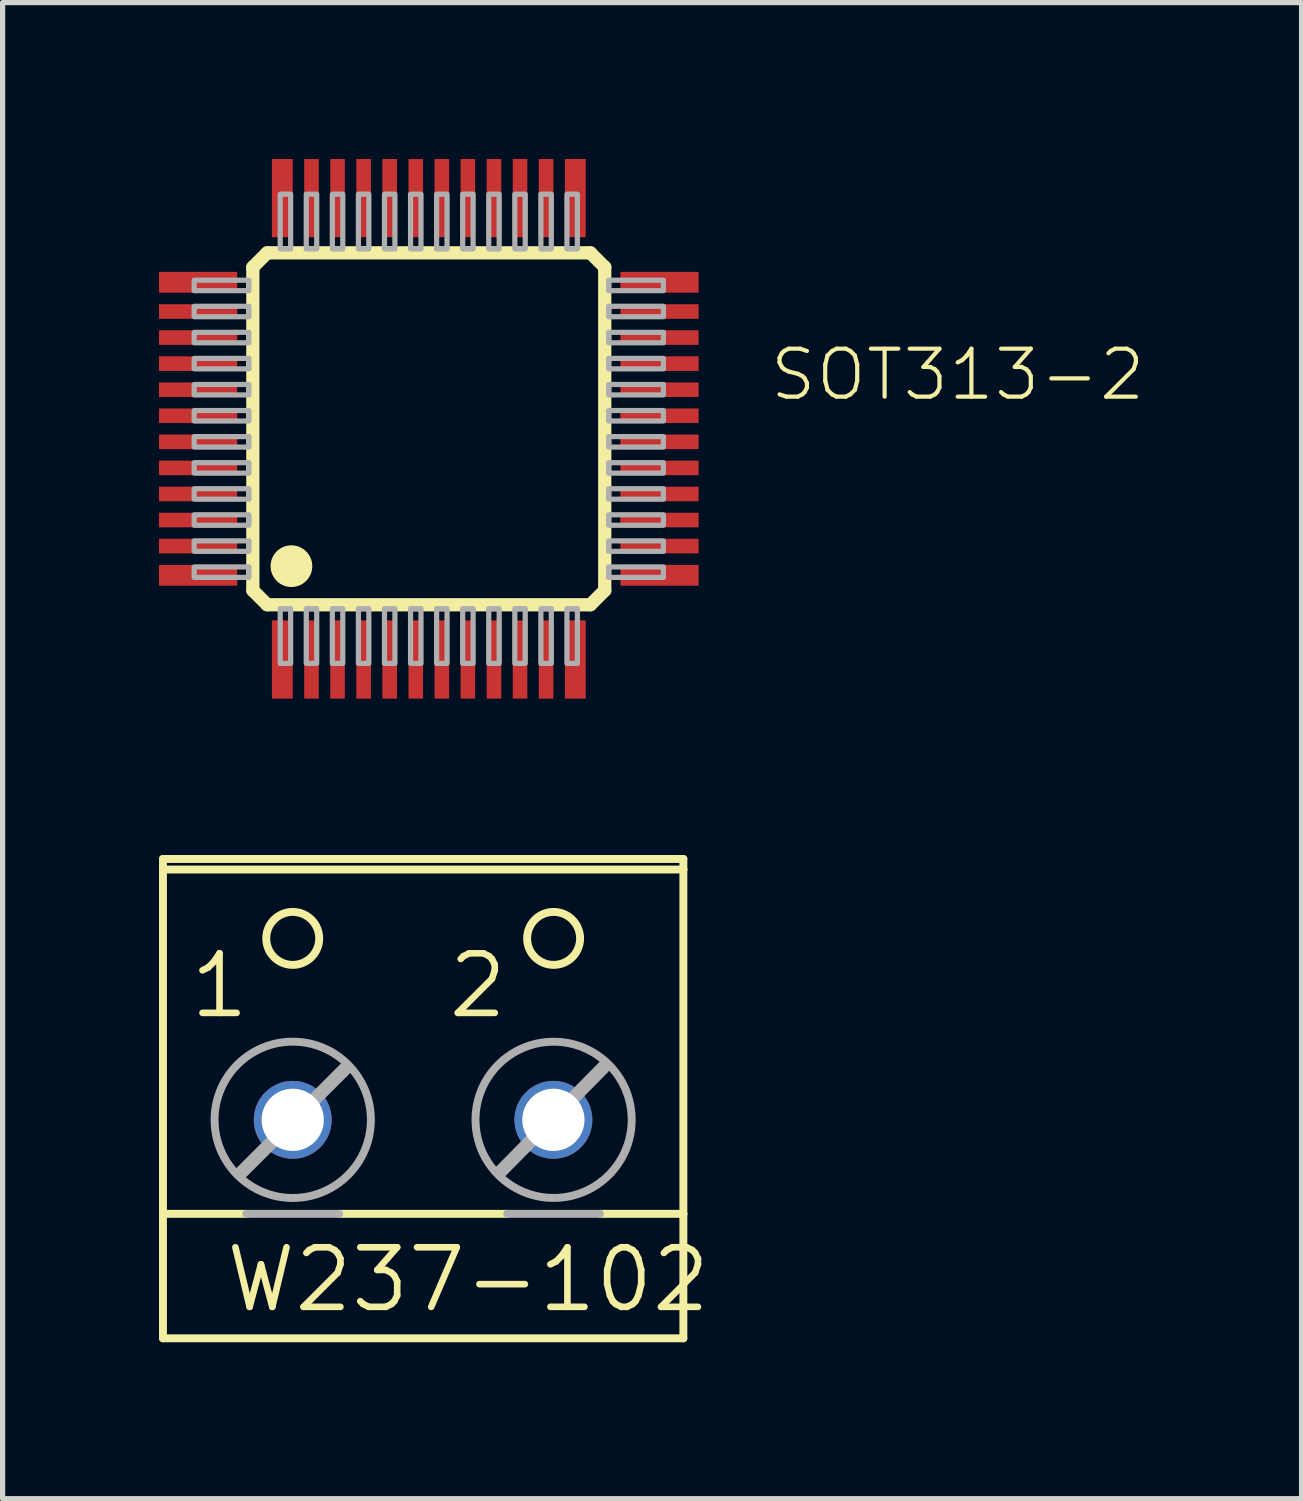
<source format=kicad_pcb>
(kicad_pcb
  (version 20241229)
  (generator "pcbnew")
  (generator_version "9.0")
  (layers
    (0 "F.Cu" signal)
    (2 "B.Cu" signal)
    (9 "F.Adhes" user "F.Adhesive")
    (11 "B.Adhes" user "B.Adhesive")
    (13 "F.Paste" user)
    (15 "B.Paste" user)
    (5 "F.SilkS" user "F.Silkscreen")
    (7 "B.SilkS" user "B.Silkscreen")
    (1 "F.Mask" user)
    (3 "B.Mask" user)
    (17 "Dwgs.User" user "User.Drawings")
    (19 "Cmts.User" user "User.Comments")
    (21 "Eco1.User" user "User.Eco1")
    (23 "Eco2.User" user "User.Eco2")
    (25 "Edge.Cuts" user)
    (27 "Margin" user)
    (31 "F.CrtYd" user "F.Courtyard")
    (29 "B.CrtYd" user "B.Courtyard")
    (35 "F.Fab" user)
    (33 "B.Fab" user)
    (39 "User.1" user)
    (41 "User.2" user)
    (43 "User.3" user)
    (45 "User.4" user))
  (footprint "SOT313-2"
    (layer "F.Cu")
    (at 5.175 5.175)
    (property "Reference" "SOT313-2" (at 6.5 -0.5 0) (layer "F.SilkS") (effects (font (size 0.92 0.92) (thickness 0.08)) (justify left bottom)))
    (fp_line (start -3.375 -3.1) (end -3.1 -3.375) (stroke (width 0.254) (type solid)) (layer "F.SilkS"))
    (fp_line (start -3.375 3.1) (end -3.375 -3.1) (stroke (width 0.254) (type solid)) (layer "F.SilkS"))
    (fp_line (start -3.1 -3.375) (end 3.1 -3.375) (stroke (width 0.254) (type solid)) (layer "F.SilkS"))
    (fp_line (start -3.1 3.375) (end -3.375 3.1) (stroke (width 0.254) (type solid)) (layer "F.SilkS"))
    (fp_line (start 3.1 -3.375) (end 3.375 -3.1) (stroke (width 0.254) (type solid)) (layer "F.SilkS"))
    (fp_line (start 3.1 3.375) (end -3.1 3.375) (stroke (width 0.254) (type solid)) (layer "F.SilkS"))
    (fp_line (start 3.375 -3.1) (end 3.375 3.1) (stroke (width 0.254) (type solid)) (layer "F.SilkS"))
    (fp_line (start 3.375 3.1) (end 3.1 3.375) (stroke (width 0.254) (type solid)) (layer "F.SilkS"))
    (fp_circle (center -2.635 2.635) (end -2.435 2.635) (stroke (width 0.4) (type solid)) (fill yes) (layer "F.SilkS"))
    (fp_poly (pts (xy -4.5 -2.65) (xy -3.45 -2.65) (xy -3.45 -2.85) (xy -4.5 -2.85)) (stroke (width 0.1) (type default)) (fill no) (layer "F.Fab"))
    (fp_poly (pts (xy -4.5 -2.15) (xy -3.45 -2.15) (xy -3.45 -2.35) (xy -4.5 -2.35)) (stroke (width 0.1) (type default)) (fill no) (layer "F.Fab"))
    (fp_poly (pts (xy -4.5 -1.65) (xy -3.45 -1.65) (xy -3.45 -1.85) (xy -4.5 -1.85)) (stroke (width 0.1) (type default)) (fill no) (layer "F.Fab"))
    (fp_poly (pts (xy -4.5 -1.15) (xy -3.45 -1.15) (xy -3.45 -1.35) (xy -4.5 -1.35)) (stroke (width 0.1) (type default)) (fill no) (layer "F.Fab"))
    (fp_poly (pts (xy -4.5 -0.65) (xy -3.45 -0.65) (xy -3.45 -0.85) (xy -4.5 -0.85)) (stroke (width 0.1) (type default)) (fill no) (layer "F.Fab"))
    (fp_poly (pts (xy -4.5 -0.15) (xy -3.45 -0.15) (xy -3.45 -0.35) (xy -4.5 -0.35)) (stroke (width 0.1) (type default)) (fill no) (layer "F.Fab"))
    (fp_poly (pts (xy -4.5 0.35) (xy -3.45 0.35) (xy -3.45 0.15) (xy -4.5 0.15)) (stroke (width 0.1) (type default)) (fill no) (layer "F.Fab"))
    (fp_poly (pts (xy -4.5 0.85) (xy -3.45 0.85) (xy -3.45 0.65) (xy -4.5 0.65)) (stroke (width 0.1) (type default)) (fill no) (layer "F.Fab"))
    (fp_poly (pts (xy -4.5 1.35) (xy -3.45 1.35) (xy -3.45 1.15) (xy -4.5 1.15)) (stroke (width 0.1) (type default)) (fill no) (layer "F.Fab"))
    (fp_poly (pts (xy -4.5 1.85) (xy -3.45 1.85) (xy -3.45 1.65) (xy -4.5 1.65)) (stroke (width 0.1) (type default)) (fill no) (layer "F.Fab"))
    (fp_poly (pts (xy -4.5 2.35) (xy -3.45 2.35) (xy -3.45 2.15) (xy -4.5 2.15)) (stroke (width 0.1) (type default)) (fill no) (layer "F.Fab"))
    (fp_poly (pts (xy -4.5 2.85) (xy -3.45 2.85) (xy -3.45 2.65) (xy -4.5 2.65)) (stroke (width 0.1) (type default)) (fill no) (layer "F.Fab"))
    (fp_poly (pts (xy -2.85 -3.45) (xy -2.65 -3.45) (xy -2.65 -4.5) (xy -2.85 -4.5)) (stroke (width 0.1) (type default)) (fill no) (layer "F.Fab"))
    (fp_poly (pts (xy -2.85 4.5) (xy -2.65 4.5) (xy -2.65 3.45) (xy -2.85 3.45)) (stroke (width 0.1) (type default)) (fill no) (layer "F.Fab"))
    (fp_poly (pts (xy -2.35 -3.45) (xy -2.15 -3.45) (xy -2.15 -4.5) (xy -2.35 -4.5)) (stroke (width 0.1) (type default)) (fill no) (layer "F.Fab"))
    (fp_poly (pts (xy -2.35 4.5) (xy -2.15 4.5) (xy -2.15 3.45) (xy -2.35 3.45)) (stroke (width 0.1) (type default)) (fill no) (layer "F.Fab"))
    (fp_poly (pts (xy -1.85 -3.45) (xy -1.65 -3.45) (xy -1.65 -4.5) (xy -1.85 -4.5)) (stroke (width 0.1) (type default)) (fill no) (layer "F.Fab"))
    (fp_poly (pts (xy -1.85 4.5) (xy -1.65 4.5) (xy -1.65 3.45) (xy -1.85 3.45)) (stroke (width 0.1) (type default)) (fill no) (layer "F.Fab"))
    (fp_poly (pts (xy -1.35 -3.45) (xy -1.15 -3.45) (xy -1.15 -4.5) (xy -1.35 -4.5)) (stroke (width 0.1) (type default)) (fill no) (layer "F.Fab"))
    (fp_poly (pts (xy -1.35 4.5) (xy -1.15 4.5) (xy -1.15 3.45) (xy -1.35 3.45)) (stroke (width 0.1) (type default)) (fill no) (layer "F.Fab"))
    (fp_poly (pts (xy -0.85 -3.45) (xy -0.65 -3.45) (xy -0.65 -4.5) (xy -0.85 -4.5)) (stroke (width 0.1) (type default)) (fill no) (layer "F.Fab"))
    (fp_poly (pts (xy -0.85 4.5) (xy -0.65 4.5) (xy -0.65 3.45) (xy -0.85 3.45)) (stroke (width 0.1) (type default)) (fill no) (layer "F.Fab"))
    (fp_poly (pts (xy -0.35 -3.45) (xy -0.15 -3.45) (xy -0.15 -4.5) (xy -0.35 -4.5)) (stroke (width 0.1) (type default)) (fill no) (layer "F.Fab"))
    (fp_poly (pts (xy -0.35 4.5) (xy -0.15 4.5) (xy -0.15 3.45) (xy -0.35 3.45)) (stroke (width 0.1) (type default)) (fill no) (layer "F.Fab"))
    (fp_poly (pts (xy 0.15 -3.45) (xy 0.35 -3.45) (xy 0.35 -4.5) (xy 0.15 -4.5)) (stroke (width 0.1) (type default)) (fill no) (layer "F.Fab"))
    (fp_poly (pts (xy 0.15 4.5) (xy 0.35 4.5) (xy 0.35 3.45) (xy 0.15 3.45)) (stroke (width 0.1) (type default)) (fill no) (layer "F.Fab"))
    (fp_poly (pts (xy 0.65 -3.45) (xy 0.85 -3.45) (xy 0.85 -4.5) (xy 0.65 -4.5)) (stroke (width 0.1) (type default)) (fill no) (layer "F.Fab"))
    (fp_poly (pts (xy 0.65 4.5) (xy 0.85 4.5) (xy 0.85 3.45) (xy 0.65 3.45)) (stroke (width 0.1) (type default)) (fill no) (layer "F.Fab"))
    (fp_poly (pts (xy 1.15 -3.45) (xy 1.35 -3.45) (xy 1.35 -4.5) (xy 1.15 -4.5)) (stroke (width 0.1) (type default)) (fill no) (layer "F.Fab"))
    (fp_poly (pts (xy 1.15 4.5) (xy 1.35 4.5) (xy 1.35 3.45) (xy 1.15 3.45)) (stroke (width 0.1) (type default)) (fill no) (layer "F.Fab"))
    (fp_poly (pts (xy 1.65 -3.45) (xy 1.85 -3.45) (xy 1.85 -4.5) (xy 1.65 -4.5)) (stroke (width 0.1) (type default)) (fill no) (layer "F.Fab"))
    (fp_poly (pts (xy 1.65 4.5) (xy 1.85 4.5) (xy 1.85 3.45) (xy 1.65 3.45)) (stroke (width 0.1) (type default)) (fill no) (layer "F.Fab"))
    (fp_poly (pts (xy 2.15 -3.45) (xy 2.35 -3.45) (xy 2.35 -4.5) (xy 2.15 -4.5)) (stroke (width 0.1) (type default)) (fill no) (layer "F.Fab"))
    (fp_poly (pts (xy 2.15 4.5) (xy 2.35 4.5) (xy 2.35 3.45) (xy 2.15 3.45)) (stroke (width 0.1) (type default)) (fill no) (layer "F.Fab"))
    (fp_poly (pts (xy 2.65 -3.45) (xy 2.85 -3.45) (xy 2.85 -4.5) (xy 2.65 -4.5)) (stroke (width 0.1) (type default)) (fill no) (layer "F.Fab"))
    (fp_poly (pts (xy 2.65 4.5) (xy 2.85 4.5) (xy 2.85 3.45) (xy 2.65 3.45)) (stroke (width 0.1) (type default)) (fill no) (layer "F.Fab"))
    (fp_poly (pts (xy 3.45 -2.65) (xy 4.5 -2.65) (xy 4.5 -2.85) (xy 3.45 -2.85)) (stroke (width 0.1) (type default)) (fill no) (layer "F.Fab"))
    (fp_poly (pts (xy 3.45 -2.15) (xy 4.5 -2.15) (xy 4.5 -2.35) (xy 3.45 -2.35)) (stroke (width 0.1) (type default)) (fill no) (layer "F.Fab"))
    (fp_poly (pts (xy 3.45 -1.65) (xy 4.5 -1.65) (xy 4.5 -1.85) (xy 3.45 -1.85)) (stroke (width 0.1) (type default)) (fill no) (layer "F.Fab"))
    (fp_poly (pts (xy 3.45 -1.15) (xy 4.5 -1.15) (xy 4.5 -1.35) (xy 3.45 -1.35)) (stroke (width 0.1) (type default)) (fill no) (layer "F.Fab"))
    (fp_poly (pts (xy 3.45 -0.65) (xy 4.5 -0.65) (xy 4.5 -0.85) (xy 3.45 -0.85)) (stroke (width 0.1) (type default)) (fill no) (layer "F.Fab"))
    (fp_poly (pts (xy 3.45 -0.15) (xy 4.5 -0.15) (xy 4.5 -0.35) (xy 3.45 -0.35)) (stroke (width 0.1) (type default)) (fill no) (layer "F.Fab"))
    (fp_poly (pts (xy 3.45 0.35) (xy 4.5 0.35) (xy 4.5 0.15) (xy 3.45 0.15)) (stroke (width 0.1) (type default)) (fill no) (layer "F.Fab"))
    (fp_poly (pts (xy 3.45 0.85) (xy 4.5 0.85) (xy 4.5 0.65) (xy 3.45 0.65)) (stroke (width 0.1) (type default)) (fill no) (layer "F.Fab"))
    (fp_poly (pts (xy 3.45 1.35) (xy 4.5 1.35) (xy 4.5 1.15) (xy 3.45 1.15)) (stroke (width 0.1) (type default)) (fill no) (layer "F.Fab"))
    (fp_poly (pts (xy 3.45 1.85) (xy 4.5 1.85) (xy 4.5 1.65) (xy 3.45 1.65)) (stroke (width 0.1) (type default)) (fill no) (layer "F.Fab"))
    (fp_poly (pts (xy 3.45 2.35) (xy 4.5 2.35) (xy 4.5 2.15) (xy 3.45 2.15)) (stroke (width 0.1) (type default)) (fill no) (layer "F.Fab"))
    (fp_poly (pts (xy 3.45 2.85) (xy 4.5 2.85) (xy 4.5 2.65) (xy 3.45 2.65)) (stroke (width 0.1) (type default)) (fill no) (layer "F.Fab"))
    (pad "1" smd rect (at -2.81 4.425) (size 0.4 1.5) (layers "F.Cu" "F.Mask" "F.Paste"))
    (pad "2" smd rect (at -2.25 4.425) (size 0.28 1.5) (layers "F.Cu" "F.Mask" "F.Paste"))
    (pad "3" smd rect (at -1.75 4.425) (size 0.28 1.5) (layers "F.Cu" "F.Mask" "F.Paste"))
    (pad "4" smd rect (at -1.25 4.425) (size 0.28 1.5) (layers "F.Cu" "F.Mask" "F.Paste"))
    (pad "5" smd rect (at -0.75 4.425) (size 0.28 1.5) (layers "F.Cu" "F.Mask" "F.Paste"))
    (pad "6" smd rect (at -0.25 4.425) (size 0.28 1.5) (layers "F.Cu" "F.Mask" "F.Paste"))
    (pad "7" smd rect (at 0.25 4.425) (size 0.28 1.5) (layers "F.Cu" "F.Mask" "F.Paste"))
    (pad "8" smd rect (at 0.75 4.425) (size 0.28 1.5) (layers "F.Cu" "F.Mask" "F.Paste"))
    (pad "9" smd rect (at 1.25 4.425) (size 0.28 1.5) (layers "F.Cu" "F.Mask" "F.Paste"))
    (pad "10" smd rect (at 1.75 4.425) (size 0.28 1.5) (layers "F.Cu" "F.Mask" "F.Paste"))
    (pad "11" smd rect (at 2.25 4.425) (size 0.28 1.5) (layers "F.Cu" "F.Mask" "F.Paste"))
    (pad "12" smd rect (at 2.81 4.425) (size 0.4 1.5) (layers "F.Cu" "F.Mask" "F.Paste"))
    (pad "13" smd rect (at 4.425 2.81) (size 1.5 0.4) (layers "F.Cu" "F.Mask" "F.Paste"))
    (pad "14" smd rect (at 4.425 2.25) (size 1.5 0.28) (layers "F.Cu" "F.Mask" "F.Paste"))
    (pad "15" smd rect (at 4.425 1.75) (size 1.5 0.28) (layers "F.Cu" "F.Mask" "F.Paste"))
    (pad "16" smd rect (at 4.425 1.25) (size 1.5 0.28) (layers "F.Cu" "F.Mask" "F.Paste"))
    (pad "17" smd rect (at 4.425 0.75) (size 1.5 0.28) (layers "F.Cu" "F.Mask" "F.Paste"))
    (pad "18" smd rect (at 4.425 0.25) (size 1.5 0.28) (layers "F.Cu" "F.Mask" "F.Paste"))
    (pad "19" smd rect (at 4.425 -0.25) (size 1.5 0.28) (layers "F.Cu" "F.Mask" "F.Paste"))
    (pad "20" smd rect (at 4.425 -0.75) (size 1.5 0.28) (layers "F.Cu" "F.Mask" "F.Paste"))
    (pad "21" smd rect (at 4.425 -1.25) (size 1.5 0.28) (layers "F.Cu" "F.Mask" "F.Paste"))
    (pad "22" smd rect (at 4.425 -1.75) (size 1.5 0.28) (layers "F.Cu" "F.Mask" "F.Paste"))
    (pad "23" smd rect (at 4.425 -2.25) (size 1.5 0.28) (layers "F.Cu" "F.Mask" "F.Paste"))
    (pad "24" smd rect (at 4.425 -2.81) (size 1.5 0.4) (layers "F.Cu" "F.Mask" "F.Paste"))
    (pad "25" smd rect (at 2.81 -4.425) (size 0.4 1.5) (layers "F.Cu" "F.Mask" "F.Paste"))
    (pad "26" smd rect (at 2.25 -4.425) (size 0.28 1.5) (layers "F.Cu" "F.Mask" "F.Paste"))
    (pad "27" smd rect (at 1.75 -4.425) (size 0.28 1.5) (layers "F.Cu" "F.Mask" "F.Paste"))
    (pad "28" smd rect (at 1.25 -4.425) (size 0.28 1.5) (layers "F.Cu" "F.Mask" "F.Paste"))
    (pad "29" smd rect (at 0.75 -4.425) (size 0.28 1.5) (layers "F.Cu" "F.Mask" "F.Paste"))
    (pad "30" smd rect (at 0.25 -4.425) (size 0.28 1.5) (layers "F.Cu" "F.Mask" "F.Paste"))
    (pad "31" smd rect (at -0.25 -4.425) (size 0.28 1.5) (layers "F.Cu" "F.Mask" "F.Paste"))
    (pad "32" smd rect (at -0.75 -4.425) (size 0.28 1.5) (layers "F.Cu" "F.Mask" "F.Paste"))
    (pad "33" smd rect (at -1.25 -4.425) (size 0.28 1.5) (layers "F.Cu" "F.Mask" "F.Paste"))
    (pad "34" smd rect (at -1.75 -4.425) (size 0.28 1.5) (layers "F.Cu" "F.Mask" "F.Paste"))
    (pad "35" smd rect (at -2.25 -4.425) (size 0.28 1.5) (layers "F.Cu" "F.Mask" "F.Paste"))
    (pad "36" smd rect (at -2.81 -4.425) (size 0.4 1.5) (layers "F.Cu" "F.Mask" "F.Paste"))
    (pad "37" smd rect (at -4.425 -2.81) (size 1.5 0.4) (layers "F.Cu" "F.Mask" "F.Paste"))
    (pad "38" smd rect (at -4.425 -2.25) (size 1.5 0.28) (layers "F.Cu" "F.Mask" "F.Paste"))
    (pad "39" smd rect (at -4.425 -1.75) (size 1.5 0.28) (layers "F.Cu" "F.Mask" "F.Paste"))
    (pad "40" smd rect (at -4.425 -1.25) (size 1.5 0.28) (layers "F.Cu" "F.Mask" "F.Paste"))
    (pad "41" smd rect (at -4.425 -0.75) (size 1.5 0.28) (layers "F.Cu" "F.Mask" "F.Paste"))
    (pad "42" smd rect (at -4.425 -0.25) (size 1.5 0.28) (layers "F.Cu" "F.Mask" "F.Paste"))
    (pad "43" smd rect (at -4.425 0.25) (size 1.5 0.28) (layers "F.Cu" "F.Mask" "F.Paste"))
    (pad "44" smd rect (at -4.425 0.75) (size 1.5 0.28) (layers "F.Cu" "F.Mask" "F.Paste"))
    (pad "45" smd rect (at -4.425 1.25) (size 1.5 0.28) (layers "F.Cu" "F.Mask" "F.Paste"))
    (pad "46" smd rect (at -4.425 1.75) (size 1.5 0.28) (layers "F.Cu" "F.Mask" "F.Paste"))
    (pad "47" smd rect (at -4.425 2.25) (size 1.5 0.28) (layers "F.Cu" "F.Mask" "F.Paste"))
    (pad "48" smd rect (at -4.425 2.81) (size 1.5 0.4) (layers "F.Cu" "F.Mask" "F.Paste")))
  (footprint "W237-102"
    (layer "F.Cu")
    (at 5.065 17.16)
    (property "Reference" "W237-102" (at -3.846 5.004 0) (layer "F.SilkS") (effects (font (size 1.143 1.143) (thickness 0.127)) (justify left bottom)))
    (fp_line (start -4.989 -3.531) (end -4.989 -3.734) (stroke (width 0.152) (type solid)) (layer "F.SilkS"))
    (fp_line (start -4.989 -3.531) (end 4.993 -3.531) (stroke (width 0.152) (type solid)) (layer "F.SilkS"))
    (fp_line (start -4.989 3.073) (end -4.989 -3.531) (stroke (width 0.152) (type solid)) (layer "F.SilkS"))
    (fp_line (start -4.989 3.073) (end -3.389 3.073) (stroke (width 0.152) (type solid)) (layer "F.SilkS"))
    (fp_line (start -4.989 5.461) (end -4.989 3.073) (stroke (width 0.152) (type solid)) (layer "F.SilkS"))
    (fp_line (start -4.989 5.461) (end 4.993 5.461) (stroke (width 0.152) (type solid)) (layer "F.SilkS"))
    (fp_line (start -1.611 3.073) (end 1.615 3.073) (stroke (width 0.152) (type solid)) (layer "F.SilkS"))
    (fp_line (start 3.393 3.073) (end 4.993 3.073) (stroke (width 0.152) (type solid)) (layer "F.SilkS"))
    (fp_line (start 4.993 -3.734) (end -4.989 -3.734) (stroke (width 0.152) (type solid)) (layer "F.SilkS"))
    (fp_line (start 4.993 -3.734) (end 4.993 -3.531) (stroke (width 0.152) (type solid)) (layer "F.SilkS"))
    (fp_line (start 4.993 -3.531) (end 4.993 3.073) (stroke (width 0.152) (type solid)) (layer "F.SilkS"))
    (fp_line (start 4.993 3.073) (end 4.993 5.461) (stroke (width 0.152) (type solid)) (layer "F.SilkS"))
    (fp_circle (center -2.5 -2.21) (end -1.992 -2.21) (stroke (width 0.152) (type solid)) (fill no) (layer "F.SilkS"))
    (fp_circle (center 2.504 -2.21) (end 3.012 -2.21) (stroke (width 0.152) (type solid)) (fill no) (layer "F.SilkS"))
    (fp_line (start -3.491 2.286) (end -1.484 0.279) (stroke (width 0.254) (type solid)) (layer "F.Fab"))
    (fp_line (start -3.389 3.073) (end -1.611 3.073) (stroke (width 0.152) (type solid)) (layer "F.Fab"))
    (fp_line (start 1.488 2.261) (end 3.469 0.254) (stroke (width 0.254) (type solid)) (layer "F.Fab"))
    (fp_line (start 1.615 3.073) (end 3.393 3.073) (stroke (width 0.152) (type solid)) (layer "F.Fab"))
    (fp_circle (center -2.5 1.27) (end -1.001 1.27) (stroke (width 0.152) (type solid)) (fill no) (layer "F.Fab"))
    (fp_circle (center 2.504 1.27) (end 4.002 1.27) (stroke (width 0.152) (type solid)) (fill no) (layer "F.Fab"))
    (fp_text user "1" (at -4.532 -0.635 0) (layer "F.SilkS") (effects (font (size 1.143 1.143) (thickness 0.127)) (justify left bottom)))
    (fp_text user "2" (at 0.421 -0.635 0) (layer "F.SilkS") (effects (font (size 1.143 1.143) (thickness 0.127)) (justify left bottom)))
    (pad "1" thru_hole circle (at -2.5 1.27 90) (size 1.494 1.494) (drill 1.194) (layers "*.Cu" "*.Mask"))
    (pad "2" thru_hole circle (at 2.5 1.27 90) (size 1.494 1.494) (drill 1.194) (layers "*.Cu" "*.Mask")))
  (gr_rect
    (start -3 -3)
    (end 21.916 25.697)
    (stroke (width 0.1) (type default))
    (fill no)
    (layer "Edge.Cuts")))
</source>
